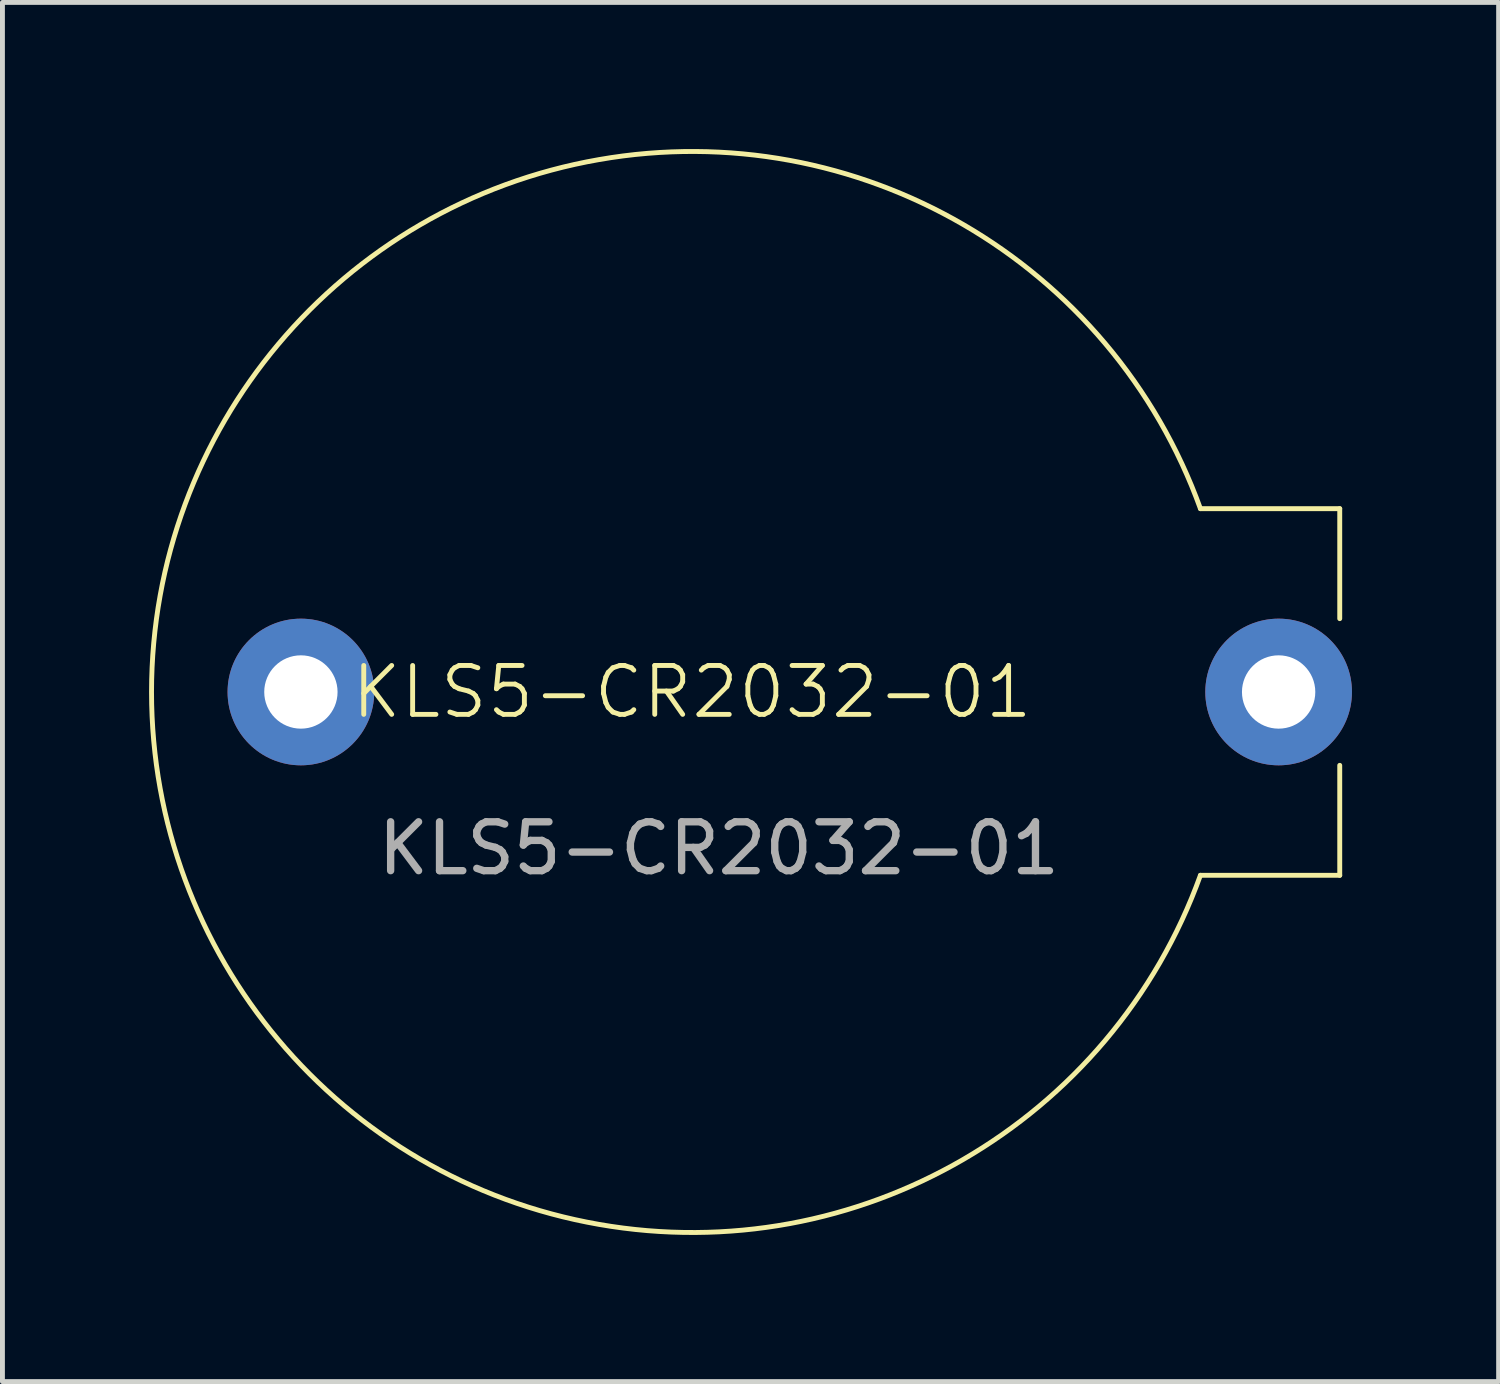
<source format=kicad_pcb>
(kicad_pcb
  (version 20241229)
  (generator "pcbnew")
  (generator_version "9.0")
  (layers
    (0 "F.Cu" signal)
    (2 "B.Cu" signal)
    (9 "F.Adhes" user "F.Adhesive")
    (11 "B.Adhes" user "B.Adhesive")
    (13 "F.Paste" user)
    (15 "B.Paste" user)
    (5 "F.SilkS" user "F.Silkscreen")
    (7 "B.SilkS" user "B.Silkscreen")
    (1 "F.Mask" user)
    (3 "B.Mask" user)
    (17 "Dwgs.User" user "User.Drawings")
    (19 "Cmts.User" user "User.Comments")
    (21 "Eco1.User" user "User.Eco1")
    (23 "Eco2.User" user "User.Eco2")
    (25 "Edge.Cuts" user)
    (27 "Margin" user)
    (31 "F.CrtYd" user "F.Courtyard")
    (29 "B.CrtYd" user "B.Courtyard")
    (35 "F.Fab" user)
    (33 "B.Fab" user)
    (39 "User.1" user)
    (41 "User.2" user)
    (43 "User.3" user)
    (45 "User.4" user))
  (footprint "KLS5-CR2032-01"
    (layer "F.Cu")
    (at 3.105 11.105)
    (property "Reference" "KLS5-CR2032-01" (at 8 0 0) (unlocked yes) (layer "F.SilkS") (effects (font (size 1 1) (thickness 0.1))))
    (attr smd)
    (fp_line (start 21.25 -3.75) (end 18.4 -3.75) (stroke (width 0.1) (type default)) (layer "F.SilkS"))
    (fp_line (start 21.25 -1.5) (end 21.25 -3.75) (stroke (width 0.1) (type default)) (layer "F.SilkS"))
    (fp_line (start 21.25 1.5) (end 21.25 3.75) (stroke (width 0.1) (type default)) (layer "F.SilkS"))
    (fp_line (start 21.25 3.75) (end 18.4 3.75) (stroke (width 0.1) (type default)) (layer "F.SilkS"))
    (fp_arc (start 18.4 3.75) (mid -3.055429 0) (end 18.4 -3.75) (stroke (width 0.1) (type default)) (layer "F.SilkS"))
    (fp_text user "${REFERENCE}" (at 8.55 3.2 0) (unlocked yes) (layer "F.Fab") (effects (font (size 1 1) (thickness 0.15))))
    (pad "1" thru_hole circle (at 20 0) (size 3 3) (drill 1.5) (layers "*.Cu" "*.Mask"))
    (pad "2" thru_hole circle (at 0 0) (size 3 3) (drill 1.5) (layers "*.Cu" "*.Mask")))
  (gr_rect
    (start -3 -3)
    (end 27.605 25.211)
    (stroke (width 0.1) (type default))
    (fill no)
    (layer "Edge.Cuts")))
</source>
